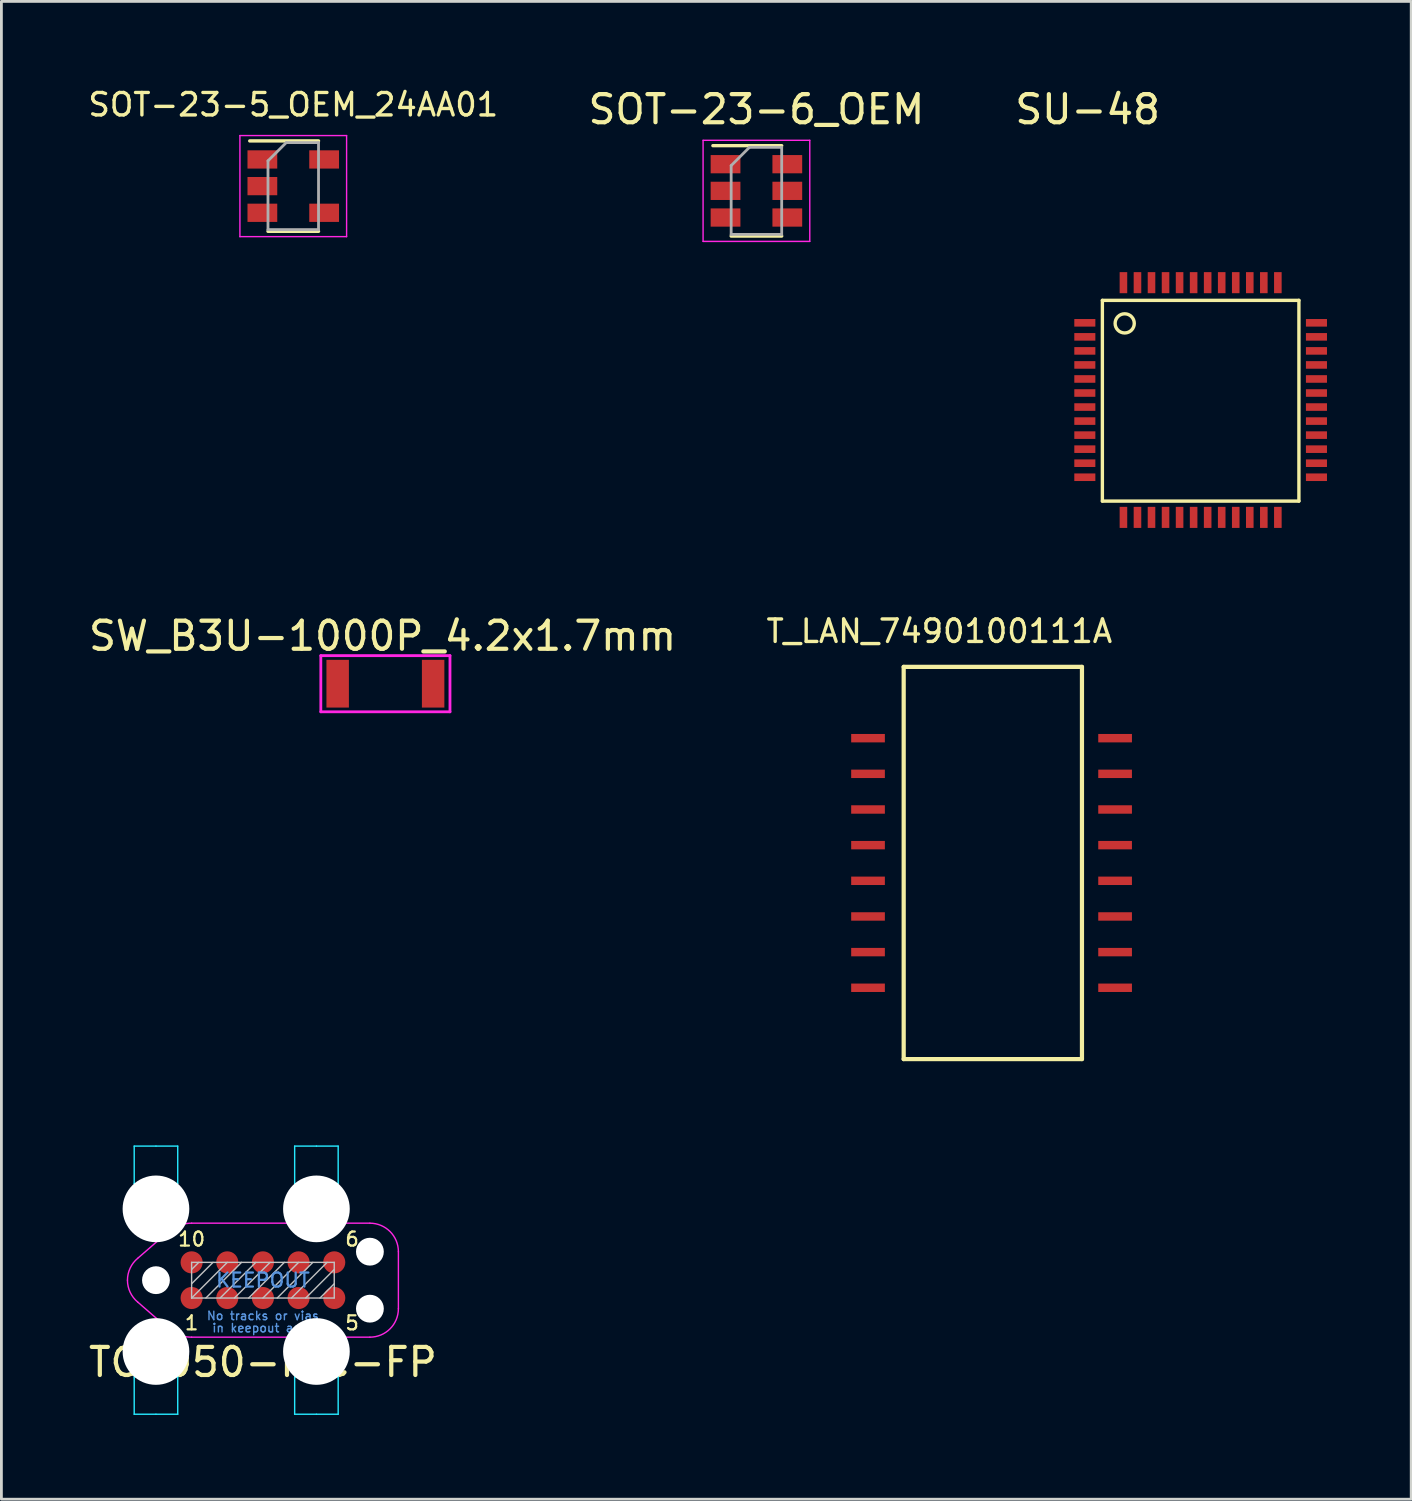
<source format=kicad_pcb>
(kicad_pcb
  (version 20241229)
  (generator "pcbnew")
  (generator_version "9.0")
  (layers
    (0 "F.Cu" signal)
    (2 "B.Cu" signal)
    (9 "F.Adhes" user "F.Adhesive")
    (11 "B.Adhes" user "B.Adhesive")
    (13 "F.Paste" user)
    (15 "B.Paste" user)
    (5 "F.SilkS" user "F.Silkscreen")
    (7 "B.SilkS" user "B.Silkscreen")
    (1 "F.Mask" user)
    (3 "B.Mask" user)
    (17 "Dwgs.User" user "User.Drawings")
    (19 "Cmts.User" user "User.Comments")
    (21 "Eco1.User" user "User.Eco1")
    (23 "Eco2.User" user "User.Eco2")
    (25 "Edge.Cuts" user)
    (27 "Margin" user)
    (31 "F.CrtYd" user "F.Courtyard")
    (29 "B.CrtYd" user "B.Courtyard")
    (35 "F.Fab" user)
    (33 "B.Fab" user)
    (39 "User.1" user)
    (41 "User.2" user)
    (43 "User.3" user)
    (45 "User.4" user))
  (footprint "SOT-23-6_OEM"
    (layer "F.Cu")
    (at 23.892 3.748)
    (property "Reference" "SOT-23-6_OEM" (at 0 -2.9 0) (layer "F.SilkS") (effects (font (size 1 1) (thickness 0.15))))
    (attr smd)
    (fp_line (start -0.9 1.61) (end 0.9 1.61) (stroke (width 0.12) (type solid)) (layer "F.SilkS"))
    (fp_line (start 0.9 -1.61) (end -1.55 -1.61) (stroke (width 0.12) (type solid)) (layer "F.SilkS"))
    (fp_line (start -1.9 -1.8) (end -1.9 1.8) (stroke (width 0.05) (type solid)) (layer "F.CrtYd"))
    (fp_line (start -1.9 1.8) (end 1.9 1.8) (stroke (width 0.05) (type solid)) (layer "F.CrtYd"))
    (fp_line (start 1.9 -1.8) (end -1.9 -1.8) (stroke (width 0.05) (type solid)) (layer "F.CrtYd"))
    (fp_line (start 1.9 1.8) (end 1.9 -1.8) (stroke (width 0.05) (type solid)) (layer "F.CrtYd"))
    (fp_line (start -0.9 -0.9) (end -0.9 1.55) (stroke (width 0.1) (type solid)) (layer "F.Fab"))
    (fp_line (start -0.9 -0.9) (end -0.25 -1.55) (stroke (width 0.1) (type solid)) (layer "F.Fab"))
    (fp_line (start 0.9 -1.55) (end -0.25 -1.55) (stroke (width 0.1) (type solid)) (layer "F.Fab"))
    (fp_line (start 0.9 -1.55) (end 0.9 1.55) (stroke (width 0.1) (type solid)) (layer "F.Fab"))
    (fp_line (start 0.9 1.55) (end -0.9 1.55) (stroke (width 0.1) (type solid)) (layer "F.Fab"))
    (pad "1" smd rect (at -1.1 -0.95) (size 1.06 0.65) (layers "F.Cu" "F.Mask" "F.Paste"))
    (pad "2" smd rect (at -1.1 0) (size 1.06 0.65) (layers "F.Cu" "F.Mask" "F.Paste"))
    (pad "3" smd rect (at -1.1 0.95) (size 1.06 0.65) (layers "F.Cu" "F.Mask" "F.Paste"))
    (pad "4" smd rect (at 1.1 0.95) (size 1.06 0.65) (layers "F.Cu" "F.Mask" "F.Paste"))
    (pad "5" smd rect (at 1.1 0) (size 1.06 0.65) (layers "F.Cu" "F.Mask" "F.Paste"))
    (pad "6" smd rect (at 1.1 -0.95) (size 1.06 0.65) (layers "F.Cu" "F.Mask" "F.Paste")))
  (footprint "SOT-23-5_OEM_24AA01"
    (layer "F.Cu")
    (at 7.395 3.579)
    (property "Reference" "SOT-23-5_OEM_24AA01" (at 0 -2.9 0) (layer "F.SilkS") (effects (font (size 0.8 0.8) (thickness 0.12))))
    (attr smd)
    (fp_line (start -0.9 1.61) (end 0.9 1.61) (stroke (width 0.12) (type solid)) (layer "F.SilkS"))
    (fp_line (start 0.9 -1.61) (end -1.55 -1.61) (stroke (width 0.12) (type solid)) (layer "F.SilkS"))
    (fp_line (start -1.9 -1.8) (end 1.9 -1.8) (stroke (width 0.05) (type solid)) (layer "F.CrtYd"))
    (fp_line (start -1.9 1.8) (end -1.9 -1.8) (stroke (width 0.05) (type solid)) (layer "F.CrtYd"))
    (fp_line (start 1.9 -1.8) (end 1.9 1.8) (stroke (width 0.05) (type solid)) (layer "F.CrtYd"))
    (fp_line (start 1.9 1.8) (end -1.9 1.8) (stroke (width 0.05) (type solid)) (layer "F.CrtYd"))
    (fp_line (start -0.9 -0.9) (end -0.9 1.55) (stroke (width 0.1) (type solid)) (layer "F.Fab"))
    (fp_line (start -0.9 -0.9) (end -0.25 -1.55) (stroke (width 0.1) (type solid)) (layer "F.Fab"))
    (fp_line (start 0.9 -1.55) (end -0.25 -1.55) (stroke (width 0.1) (type solid)) (layer "F.Fab"))
    (fp_line (start 0.9 -1.55) (end 0.9 1.55) (stroke (width 0.1) (type solid)) (layer "F.Fab"))
    (fp_line (start 0.9 1.55) (end -0.9 1.55) (stroke (width 0.1) (type solid)) (layer "F.Fab"))
    (pad "1" smd rect (at -1.1 -0.95) (size 1.06 0.65) (layers "F.Cu" "F.Mask" "F.Paste"))
    (pad "2" smd rect (at -1.1 0) (size 1.06 0.65) (layers "F.Cu" "F.Mask" "F.Paste"))
    (pad "3" smd rect (at -1.1 0.95) (size 1.06 0.65) (layers "F.Cu" "F.Mask" "F.Paste"))
    (pad "4" smd rect (at 1.1 0.95) (size 1.06 0.65) (layers "F.Cu" "F.Mask" "F.Paste"))
    (pad "5" smd rect (at 1.1 -0.95) (size 1.06 0.65) (layers "F.Cu" "F.Mask" "F.Paste")))
  (footprint "SU-48"
    (layer "F.Cu")
    (at 35.589 8.448)
    (property "Reference" "SU-48" (at 0.1 -7.6 0) (layer "F.SilkS") (effects (font (size 1 1) (thickness 0.15))))
    (attr through_hole)
    (fp_line (start 0.625 -0.8) (end 0.625 6.35) (stroke (width 0.12) (type solid)) (layer "F.SilkS"))
    (fp_line (start 0.625 -0.8) (end 7.625 -0.8) (stroke (width 0.12) (type solid)) (layer "F.SilkS"))
    (fp_line (start 0.625 6.35) (end 7.625 6.35) (stroke (width 0.12) (type solid)) (layer "F.SilkS"))
    (fp_line (start 7.625 -0.8) (end 7.625 6.35) (stroke (width 0.12) (type solid)) (layer "F.SilkS"))
    (fp_circle (center 1.42 0.02) (end 1.71 0.2) (stroke (width 0.12) (type solid)) (fill no) (layer "F.SilkS"))
    (pad "1" smd rect (at 0 0 90) (size 0.27 0.75) (layers "F.Cu" "F.Mask" "F.Paste"))
    (pad "2" smd rect (at 0 0.5 90) (size 0.27 0.75) (layers "F.Cu" "F.Mask" "F.Paste"))
    (pad "3" smd rect (at 0 1 90) (size 0.27 0.75) (layers "F.Cu" "F.Mask" "F.Paste"))
    (pad "4" smd rect (at 0 1.5 90) (size 0.27 0.75) (layers "F.Cu" "F.Mask" "F.Paste"))
    (pad "5" smd rect (at 0 2 90) (size 0.27 0.75) (layers "F.Cu" "F.Mask" "F.Paste"))
    (pad "6" smd rect (at 0 2.5 90) (size 0.27 0.75) (layers "F.Cu" "F.Mask" "F.Paste"))
    (pad "7" smd rect (at 0 3 90) (size 0.27 0.75) (layers "F.Cu" "F.Mask" "F.Paste"))
    (pad "8" smd rect (at 0 3.5 90) (size 0.27 0.75) (layers "F.Cu" "F.Mask" "F.Paste"))
    (pad "9" smd rect (at 0 4 90) (size 0.27 0.75) (layers "F.Cu" "F.Mask" "F.Paste"))
    (pad "10" smd rect (at 0 4.5 90) (size 0.27 0.75) (layers "F.Cu" "F.Mask" "F.Paste"))
    (pad "11" smd rect (at 0 5 90) (size 0.27 0.75) (layers "F.Cu" "F.Mask" "F.Paste"))
    (pad "12" smd rect (at 0 5.5 90) (size 0.27 0.75) (layers "F.Cu" "F.Mask" "F.Paste"))
    (pad "13" smd rect (at 1.375 6.93 180) (size 0.27 0.75) (layers "F.Cu" "F.Mask" "F.Paste"))
    (pad "14" smd rect (at 1.875 6.93 180) (size 0.27 0.75) (layers "F.Cu" "F.Mask" "F.Paste"))
    (pad "15" smd rect (at 2.375 6.93 180) (size 0.27 0.75) (layers "F.Cu" "F.Mask" "F.Paste"))
    (pad "16" smd rect (at 2.875 6.93 180) (size 0.27 0.75) (layers "F.Cu" "F.Mask" "F.Paste"))
    (pad "17" smd rect (at 3.375 6.93 180) (size 0.27 0.75) (layers "F.Cu" "F.Mask" "F.Paste"))
    (pad "18" smd rect (at 3.875 6.93 180) (size 0.27 0.75) (layers "F.Cu" "F.Mask" "F.Paste"))
    (pad "19" smd rect (at 4.375 6.93 180) (size 0.27 0.75) (layers "F.Cu" "F.Mask" "F.Paste"))
    (pad "20" smd rect (at 4.875 6.93 180) (size 0.27 0.75) (layers "F.Cu" "F.Mask" "F.Paste"))
    (pad "21" smd rect (at 5.375 6.93 180) (size 0.27 0.75) (layers "F.Cu" "F.Mask" "F.Paste"))
    (pad "22" smd rect (at 5.875 6.93 180) (size 0.27 0.75) (layers "F.Cu" "F.Mask" "F.Paste"))
    (pad "23" smd rect (at 6.375 6.93 180) (size 0.27 0.75) (layers "F.Cu" "F.Mask" "F.Paste"))
    (pad "24" smd rect (at 6.875 6.93 180) (size 0.27 0.75) (layers "F.Cu" "F.Mask" "F.Paste"))
    (pad "25" smd rect (at 8.25 5.5 90) (size 0.27 0.75) (layers "F.Cu" "F.Mask" "F.Paste"))
    (pad "26" smd rect (at 8.25 5 90) (size 0.27 0.75) (layers "F.Cu" "F.Mask" "F.Paste"))
    (pad "27" smd rect (at 8.25 4.5 90) (size 0.27 0.75) (layers "F.Cu" "F.Mask" "F.Paste"))
    (pad "28" smd rect (at 8.25 4 90) (size 0.27 0.75) (layers "F.Cu" "F.Mask" "F.Paste"))
    (pad "29" smd rect (at 8.25 3.5 90) (size 0.27 0.75) (layers "F.Cu" "F.Mask" "F.Paste"))
    (pad "30" smd rect (at 8.25 3 90) (size 0.27 0.75) (layers "F.Cu" "F.Mask" "F.Paste"))
    (pad "31" smd rect (at 8.25 2.5 90) (size 0.27 0.75) (layers "F.Cu" "F.Mask" "F.Paste"))
    (pad "32" smd rect (at 8.25 2 90) (size 0.27 0.75) (layers "F.Cu" "F.Mask" "F.Paste"))
    (pad "33" smd rect (at 8.25 1.5 90) (size 0.27 0.75) (layers "F.Cu" "F.Mask" "F.Paste"))
    (pad "34" smd rect (at 8.25 1 90) (size 0.27 0.75) (layers "F.Cu" "F.Mask" "F.Paste"))
    (pad "35" smd rect (at 8.25 0.5 90) (size 0.27 0.75) (layers "F.Cu" "F.Mask" "F.Paste"))
    (pad "36" smd rect (at 8.25 0 90) (size 0.27 0.75) (layers "F.Cu" "F.Mask" "F.Paste"))
    (pad "37" smd rect (at 6.875 -1.43 180) (size 0.27 0.75) (layers "F.Cu" "F.Mask" "F.Paste"))
    (pad "38" smd rect (at 6.375 -1.43 180) (size 0.27 0.75) (layers "F.Cu" "F.Mask" "F.Paste"))
    (pad "39" smd rect (at 5.875 -1.43 180) (size 0.27 0.75) (layers "F.Cu" "F.Mask" "F.Paste"))
    (pad "40" smd rect (at 5.375 -1.43 180) (size 0.27 0.75) (layers "F.Cu" "F.Mask" "F.Paste"))
    (pad "41" smd rect (at 4.875 -1.43 180) (size 0.27 0.75) (layers "F.Cu" "F.Mask" "F.Paste"))
    (pad "42" smd rect (at 4.375 -1.43 180) (size 0.27 0.75) (layers "F.Cu" "F.Mask" "F.Paste"))
    (pad "43" smd rect (at 3.875 -1.43 180) (size 0.27 0.75) (layers "F.Cu" "F.Mask" "F.Paste"))
    (pad "44" smd rect (at 3.375 -1.43 180) (size 0.27 0.75) (layers "F.Cu" "F.Mask" "F.Paste"))
    (pad "45" smd rect (at 2.875 -1.43 180) (size 0.27 0.75) (layers "F.Cu" "F.Mask" "F.Paste"))
    (pad "46" smd rect (at 2.375 -1.43 180) (size 0.27 0.75) (layers "F.Cu" "F.Mask" "F.Paste"))
    (pad "47" smd rect (at 1.875 -1.43 180) (size 0.27 0.75) (layers "F.Cu" "F.Mask" "F.Paste"))
    (pad "48" smd rect (at 1.375 -1.43 180) (size 0.27 0.75) (layers "F.Cu" "F.Mask" "F.Paste")))
  (footprint "T_LAN_7490100111A"
    (layer "F.Cu")
    (at 27.867 23.242)
    (property "Reference" "T_LAN_7490100111A" (at 2.54 -3.81 0) (layer "F.SilkS") (effects (font (size 0.8 0.8) (thickness 0.12))))
    (attr through_hole)
    (fp_line (start 1.27 -2.54) (end 7.62 -2.54) (stroke (width 0.15) (type solid)) (layer "F.SilkS"))
    (fp_line (start 1.27 11.43) (end 1.27 -2.54) (stroke (width 0.15) (type solid)) (layer "F.SilkS"))
    (fp_line (start 7.62 -2.54) (end 7.62 11.43) (stroke (width 0.15) (type solid)) (layer "F.SilkS"))
    (fp_line (start 7.62 11.43) (end 1.27 11.43) (stroke (width 0.15) (type solid)) (layer "F.SilkS"))
    (pad "1" smd rect (at 0 0) (size 1.2 0.3) (layers "F.Cu" "F.Mask" "F.Paste"))
    (pad "2" smd rect (at 0 1.27) (size 1.2 0.3) (layers "F.Cu" "F.Mask" "F.Paste"))
    (pad "3" smd rect (at 0 2.54) (size 1.2 0.3) (layers "F.Cu" "F.Mask" "F.Paste"))
    (pad "4" smd rect (at 0 3.81) (size 1.2 0.3) (layers "F.Cu" "F.Mask" "F.Paste"))
    (pad "5" smd rect (at 0 5.08) (size 1.2 0.3) (layers "F.Cu" "F.Mask" "F.Paste"))
    (pad "6" smd rect (at 0 6.35) (size 1.2 0.3) (layers "F.Cu" "F.Mask" "F.Paste"))
    (pad "7" smd rect (at 0 7.62) (size 1.2 0.3) (layers "F.Cu" "F.Mask" "F.Paste"))
    (pad "8" smd rect (at 0 8.89) (size 1.2 0.3) (layers "F.Cu" "F.Mask" "F.Paste"))
    (pad "9" smd rect (at 8.8 8.89) (size 1.2 0.3) (layers "F.Cu" "F.Mask" "F.Paste"))
    (pad "10" smd rect (at 8.8 7.62) (size 1.2 0.3) (layers "F.Cu" "F.Mask" "F.Paste"))
    (pad "11" smd rect (at 8.8 6.35) (size 1.2 0.3) (layers "F.Cu" "F.Mask" "F.Paste"))
    (pad "12" smd rect (at 8.8 5.08) (size 1.2 0.3) (layers "F.Cu" "F.Mask" "F.Paste"))
    (pad "13" smd rect (at 8.8 3.81) (size 1.2 0.3) (layers "F.Cu" "F.Mask" "F.Paste"))
    (pad "14" smd rect (at 8.8 2.54) (size 1.2 0.3) (layers "F.Cu" "F.Mask" "F.Paste"))
    (pad "15" smd rect (at 8.8 1.27) (size 1.2 0.3) (layers "F.Cu" "F.Mask" "F.Paste"))
    (pad "16" smd rect (at 8.8 0) (size 1.2 0.3) (layers "F.Cu" "F.Mask" "F.Paste")))
  (footprint "TC2050-IDC-FP"
    (layer "F.Cu")
    (at 6.315 42.547)
    (property "Reference" "TC2050-IDC-FP" (at 0 2.921 0) (layer "F.SilkS") (effects (font (size 1 1) (thickness 0.15))))
    (attr exclude_from_pos_files exclude_from_bom)
    (fp_line (start -2.54 -0.381) (end -2.286 -0.635) (stroke (width 0.05) (type solid)) (layer "Dwgs.User"))
    (fp_line (start -2.54 0.127) (end -1.778 -0.635) (stroke (width 0.05) (type solid)) (layer "Dwgs.User"))
    (fp_line (start -2.54 0.635) (end -2.54 -0.635) (stroke (width 0.05) (type solid)) (layer "Dwgs.User"))
    (fp_line (start -2.54 0.635) (end -1.27 -0.635) (stroke (width 0.05) (type solid)) (layer "Dwgs.User"))
    (fp_line (start -2.032 0.635) (end -0.762 -0.635) (stroke (width 0.05) (type solid)) (layer "Dwgs.User"))
    (fp_line (start -1.524 0.635) (end -0.254 -0.635) (stroke (width 0.05) (type solid)) (layer "Dwgs.User"))
    (fp_line (start -1.016 0.635) (end 0.254 -0.635) (stroke (width 0.05) (type solid)) (layer "Dwgs.User"))
    (fp_line (start -0.508 0.635) (end 0.762 -0.635) (stroke (width 0.05) (type solid)) (layer "Dwgs.User"))
    (fp_line (start 0 0.635) (end 1.27 -0.635) (stroke (width 0.05) (type solid)) (layer "Dwgs.User"))
    (fp_line (start 0.508 0.635) (end 1.778 -0.635) (stroke (width 0.05) (type solid)) (layer "Dwgs.User"))
    (fp_line (start 1.016 0.635) (end 2.286 -0.635) (stroke (width 0.05) (type solid)) (layer "Dwgs.User"))
    (fp_line (start 1.524 0.635) (end 2.54 -0.381) (stroke (width 0.05) (type solid)) (layer "Dwgs.User"))
    (fp_line (start 2.032 0.635) (end 2.54 0.127) (stroke (width 0.05) (type solid)) (layer "Dwgs.User"))
    (fp_line (start 2.54 -0.635) (end -2.54 -0.635) (stroke (width 0.05) (type solid)) (layer "Dwgs.User"))
    (fp_line (start 2.54 -0.635) (end 2.54 0.635) (stroke (width 0.05) (type solid)) (layer "Dwgs.User"))
    (fp_line (start 2.54 0.635) (end -2.54 0.635) (stroke (width 0.05) (type solid)) (layer "Dwgs.User"))
    (fp_line (start -4.585 -4.775) (end -4.585 -3.442) (stroke (width 0.05) (type solid)) (layer "B.CrtYd"))
    (fp_line (start -4.585 -3.442) (end -3.035 -3.442) (stroke (width 0.05) (type solid)) (layer "B.CrtYd"))
    (fp_line (start -4.585 3.442) (end -3.035 3.442) (stroke (width 0.05) (type solid)) (layer "B.CrtYd"))
    (fp_line (start -4.585 4.775) (end -4.585 3.442) (stroke (width 0.05) (type solid)) (layer "B.CrtYd"))
    (fp_line (start -3.81 -4.775) (end -4.585 -4.775) (stroke (width 0.05) (type solid)) (layer "B.CrtYd"))
    (fp_line (start -3.81 -4.775) (end -3.035 -4.775) (stroke (width 0.05) (type solid)) (layer "B.CrtYd"))
    (fp_line (start -3.81 4.775) (end -4.585 4.775) (stroke (width 0.05) (type solid)) (layer "B.CrtYd"))
    (fp_line (start -3.81 4.775) (end -3.035 4.775) (stroke (width 0.05) (type solid)) (layer "B.CrtYd"))
    (fp_line (start -3.035 -4.775) (end -3.035 -3.442) (stroke (width 0.05) (type solid)) (layer "B.CrtYd"))
    (fp_line (start -3.035 4.775) (end -3.035 3.442) (stroke (width 0.05) (type solid)) (layer "B.CrtYd"))
    (fp_line (start 1.13 -4.775) (end 1.13 -3.442) (stroke (width 0.05) (type solid)) (layer "B.CrtYd"))
    (fp_line (start 1.13 -3.442) (end 2.68 -3.442) (stroke (width 0.05) (type solid)) (layer "B.CrtYd"))
    (fp_line (start 1.13 3.442) (end 2.68 3.442) (stroke (width 0.05) (type solid)) (layer "B.CrtYd"))
    (fp_line (start 1.13 4.775) (end 1.13 3.442) (stroke (width 0.05) (type solid)) (layer "B.CrtYd"))
    (fp_line (start 1.905 -4.775) (end 1.13 -4.775) (stroke (width 0.05) (type solid)) (layer "B.CrtYd"))
    (fp_line (start 1.905 -4.775) (end 2.68 -4.775) (stroke (width 0.05) (type solid)) (layer "B.CrtYd"))
    (fp_line (start 1.905 4.775) (end 1.13 4.775) (stroke (width 0.05) (type solid)) (layer "B.CrtYd"))
    (fp_line (start 1.905 4.775) (end 2.68 4.775) (stroke (width 0.05) (type solid)) (layer "B.CrtYd"))
    (fp_line (start 2.68 -4.775) (end 2.68 -3.442) (stroke (width 0.05) (type solid)) (layer "B.CrtYd"))
    (fp_line (start 2.68 4.775) (end 2.68 3.442) (stroke (width 0.05) (type solid)) (layer "B.CrtYd"))
    (fp_line (start -4.462 0.778) (end -3.237 1.843) (stroke (width 0.05) (type solid)) (layer "F.CrtYd"))
    (fp_line (start -3.237 -1.843) (end -4.462 -0.778) (stroke (width 0.05) (type solid)) (layer "F.CrtYd"))
    (fp_line (start 3.81 -2.03) (end -2.54 -2.03) (stroke (width 0.05) (type solid)) (layer "F.CrtYd"))
    (fp_line (start 3.81 2.03) (end -2.54 2.03) (stroke (width 0.05) (type solid)) (layer "F.CrtYd"))
    (fp_line (start 4.825 -1.015) (end 4.825 1.015) (stroke (width 0.05) (type solid)) (layer "F.CrtYd"))
    (fp_arc (start -4.825 0) (mid -4.729902 -0.428958) (end -4.462429 -0.777535) (stroke (width 0.05) (type solid)) (layer "F.CrtYd"))
    (fp_arc (start -4.462429 0.777535) (mid -4.729902 0.428958) (end -4.825 0) (stroke (width 0.05) (type solid)) (layer "F.CrtYd"))
    (fp_arc (start -3.2375 -1.843105) (mid -2.901053 -1.982466) (end -2.54 -2.03) (stroke (width 0.05) (type solid)) (layer "F.CrtYd"))
    (fp_arc (start -2.54 2.03) (mid -2.901053 1.982466) (end -3.2375 1.843105) (stroke (width 0.05) (type solid)) (layer "F.CrtYd"))
    (fp_arc (start 3.81 -2.03) (mid 4.527713 -1.732713) (end 4.825 -1.015) (stroke (width 0.05) (type solid)) (layer "F.CrtYd"))
    (fp_arc (start 4.825 1.015) (mid 4.527713 1.732713) (end 3.81 2.03) (stroke (width 0.05) (type solid)) (layer "F.CrtYd"))
    (fp_text user "6" (at 3.175 -1.46 0) (layer "F.SilkS") (effects (font (size 0.5 0.5) (thickness 0.08))))
    (fp_text user "5" (at 3.175 1.524 0) (layer "F.SilkS") (effects (font (size 0.5 0.5) (thickness 0.08))))
    (fp_text user "10" (at -2.54 -1.46 0) (layer "F.SilkS") (effects (font (size 0.5 0.5) (thickness 0.08))))
    (fp_text user "1" (at -2.54 1.524 0) (layer "F.SilkS") (effects (font (size 0.5 0.5) (thickness 0.08))))
    (fp_text user "in keepout area" (at 0 1.705 0) (layer "Cmts.User") (effects (font (size 0.3 0.3) (thickness 0.05))))
    (fp_text user "KEEPOUT" (at 0 0 0) (layer "Cmts.User") (effects (font (size 0.5 0.5) (thickness 0.08))))
    (fp_text user "No tracks or vias" (at 0 1.27 0) (layer "Cmts.User") (effects (font (size 0.3 0.3) (thickness 0.05))))
    (pad "" np_thru_hole circle (at -3.81 -2.54) (size 2.375 2.375) (drill 2.375) (layers "*.Cu" "*.Mask"))
    (pad "" np_thru_hole circle (at -3.81 0) (size 0.991 0.991) (drill 0.991) (layers "*.Cu" "*.Mask"))
    (pad "" np_thru_hole circle (at -3.81 2.54) (size 2.375 2.375) (drill 2.375) (layers "*.Cu" "*.Mask"))
    (pad "" np_thru_hole circle (at 1.905 -2.54) (size 2.375 2.375) (drill 2.375) (layers "*.Cu" "*.Mask"))
    (pad "" np_thru_hole circle (at 1.905 2.54) (size 2.375 2.375) (drill 2.375) (layers "*.Cu" "*.Mask"))
    (pad "" np_thru_hole circle (at 3.81 -1.015) (size 0.991 0.991) (drill 0.991) (layers "*.Cu" "*.Mask"))
    (pad "" np_thru_hole circle (at 3.81 1.015) (size 0.991 0.991) (drill 0.991) (layers "*.Cu" "*.Mask"))
    (pad "1" smd circle (at -2.54 0.635) (size 0.787 0.787) (layers "F.Cu" "F.Mask"))
    (pad "2" smd circle (at -1.27 0.635) (size 0.787 0.787) (layers "F.Cu" "F.Mask"))
    (pad "3" smd circle (at 0 0.635) (size 0.787 0.787) (layers "F.Cu" "F.Mask"))
    (pad "4" smd circle (at 1.27 0.635) (size 0.787 0.787) (layers "F.Cu" "F.Mask"))
    (pad "5" smd circle (at 2.54 0.635) (size 0.787 0.787) (layers "F.Cu" "F.Mask"))
    (pad "6" smd circle (at 2.54 -0.635) (size 0.787 0.787) (layers "F.Cu" "F.Mask"))
    (pad "7" smd circle (at 1.27 -0.635) (size 0.787 0.787) (layers "F.Cu" "F.Mask"))
    (pad "8" smd circle (at 0 -0.635) (size 0.787 0.787) (layers "F.Cu" "F.Mask"))
    (pad "9" smd circle (at -1.27 -0.635) (size 0.787 0.787) (layers "F.Cu" "F.Mask"))
    (pad "10" smd circle (at -2.54 -0.635) (size 0.787 0.787) (layers "F.Cu" "F.Mask")))
  (footprint "SW_B3U-1000P_4.2x1.7mm"
    (layer "F.Cu")
    (at 8.977 21.302)
    (property "Reference" "SW_B3U-1000P_4.2x1.7mm" (at 1.6 -1.7 0) (layer "F.SilkS") (effects (font (size 1 1) (thickness 0.15))))
    (attr through_hole)
    (fp_line (start -0.6 -1) (end 4 -1) (stroke (width 0.1) (type solid)) (layer "F.CrtYd"))
    (fp_line (start -0.6 1) (end -0.6 -1) (stroke (width 0.1) (type solid)) (layer "F.CrtYd"))
    (fp_line (start 4 -1) (end 4 1) (stroke (width 0.1) (type solid)) (layer "F.CrtYd"))
    (fp_line (start 4 1) (end -0.6 1) (stroke (width 0.1) (type solid)) (layer "F.CrtYd"))
    (pad "1" smd rect (at 0 0) (size 0.8 1.7) (layers "F.Cu" "F.Mask" "F.Paste"))
    (pad "2" smd rect (at 3.4 0) (size 0.8 1.7) (layers "F.Cu" "F.Mask" "F.Paste")))
  (gr_rect
    (start -3 -3)
    (end 47.214 50.347)
    (stroke (width 0.1) (type default))
    (fill no)
    (layer "Edge.Cuts")))
</source>
